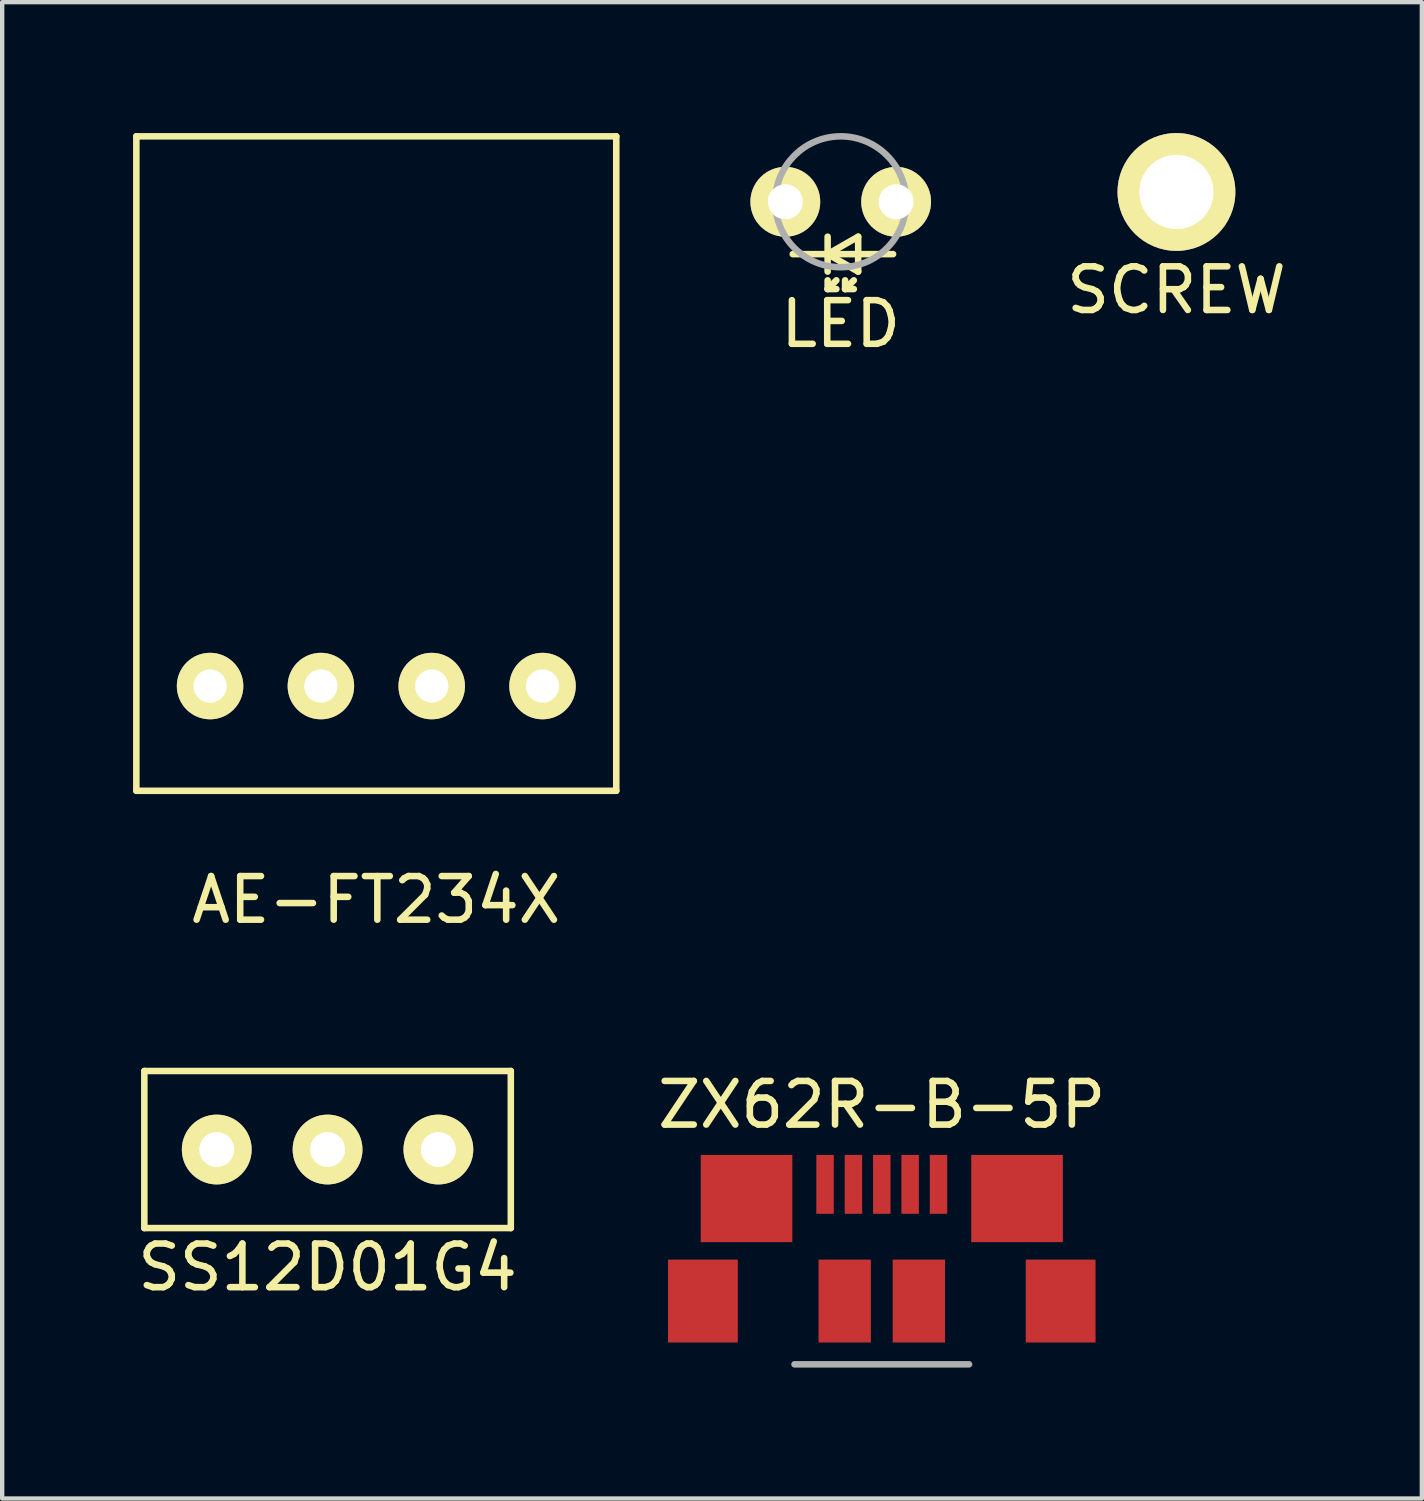
<source format=kicad_pcb>
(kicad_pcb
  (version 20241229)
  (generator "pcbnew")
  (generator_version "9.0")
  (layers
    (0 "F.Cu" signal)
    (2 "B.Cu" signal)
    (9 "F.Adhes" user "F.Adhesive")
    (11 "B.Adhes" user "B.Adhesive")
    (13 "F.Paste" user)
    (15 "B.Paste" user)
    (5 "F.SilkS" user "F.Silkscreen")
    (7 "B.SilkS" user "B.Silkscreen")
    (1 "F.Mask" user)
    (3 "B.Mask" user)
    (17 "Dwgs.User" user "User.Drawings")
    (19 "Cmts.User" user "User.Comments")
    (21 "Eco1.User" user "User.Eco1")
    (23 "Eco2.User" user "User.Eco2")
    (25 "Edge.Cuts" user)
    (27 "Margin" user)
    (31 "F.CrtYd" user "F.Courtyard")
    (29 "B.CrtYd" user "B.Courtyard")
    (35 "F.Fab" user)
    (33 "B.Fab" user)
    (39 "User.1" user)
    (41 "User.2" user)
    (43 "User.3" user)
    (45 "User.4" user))
  (footprint "AE-FT234X"
    (layer "F.Cu")
    (at 5.575 7.575)
    (property "Reference" "AE-FT234X" (at 0 10 0) (layer "F.SilkS") (effects (font (size 1 1) (thickness 0.15))))
    (attr through_hole)
    (fp_line (start -5.5 -7.5) (end -5.5 7.5) (stroke (width 0.15) (type solid)) (layer "F.SilkS"))
    (fp_line (start -5.5 7.5) (end 5.5 7.5) (stroke (width 0.15) (type solid)) (layer "F.SilkS"))
    (fp_line (start 5.5 -7.5) (end -5.5 -7.5) (stroke (width 0.15) (type solid)) (layer "F.SilkS"))
    (fp_line (start 5.5 -7.5) (end 5.5 7.5) (stroke (width 0.15) (type solid)) (layer "F.SilkS"))
    (pad "1" thru_hole circle (at -3.81 5.1) (size 1.524 1.524) (drill 0.762) (layers "*.Cu" "*.Mask" "F.SilkS"))
    (pad "2" thru_hole circle (at -1.27 5.1) (size 1.524 1.524) (drill 0.762) (layers "*.Cu" "*.Mask" "F.SilkS"))
    (pad "3" thru_hole circle (at 1.27 5.1) (size 1.524 1.524) (drill 0.762) (layers "*.Cu" "*.Mask" "F.SilkS"))
    (pad "4" thru_hole circle (at 3.81 5.1) (size 1.524 1.524) (drill 0.762) (layers "*.Cu" "*.Mask" "F.SilkS")))
  (footprint "SS12D01G4"
    (layer "F.Cu")
    (at 4.458 23.298)
    (property "Reference" "SS12D01G4" (at 0 2.7 0) (layer "F.SilkS") (effects (font (size 1 1) (thickness 0.15))))
    (attr through_hole)
    (fp_line (start -4.2 -1.8) (end -4.2 1.8) (stroke (width 0.15) (type solid)) (layer "F.SilkS"))
    (fp_line (start -4.2 1.8) (end 4.2 1.8) (stroke (width 0.15) (type solid)) (layer "F.SilkS"))
    (fp_line (start 4.2 -1.8) (end -4.2 -1.8) (stroke (width 0.15) (type solid)) (layer "F.SilkS"))
    (fp_line (start 4.2 -1.8) (end 4.2 1.8) (stroke (width 0.15) (type solid)) (layer "F.SilkS"))
    (pad "1" thru_hole circle (at -2.54 0) (size 1.6 1.6) (drill 0.8) (layers "*.Cu" "*.Mask" "F.SilkS"))
    (pad "2" thru_hole circle (at 0 0) (size 1.6 1.6) (drill 0.8) (layers "*.Cu" "*.Mask" "F.SilkS"))
    (pad "3" thru_hole circle (at 2.54 0) (size 1.6 1.6) (drill 0.8) (layers "*.Cu" "*.Mask" "F.SilkS")))
  (footprint "SCREW"
    (layer "F.Cu")
    (at 23.915 1.35)
    (property "Reference" "SCREW" (at 0 2.25 0) (layer "F.SilkS") (effects (font (size 1 1) (thickness 0.15))))
    (attr through_hole)
    (pad "1" thru_hole circle (at 0 0) (size 2.7 2.7) (drill 1.7) (layers "*.Cu" "*.Mask" "F.SilkS")))
  (footprint "ZX62R-B-5P"
    (layer "F.Cu")
    (at 17.161 26.771)
    (property "Reference" "ZX62R-B-5P" (at 0 -4.5 0) (layer "F.SilkS") (effects (font (size 1 1) (thickness 0.15))))
    (attr through_hole)
    (fp_line (start -2 1.45) (end 2 1.45) (stroke (width 0.15) (type solid)) (layer "F.Fab"))
    (pad "" smd rect (at -0.85 0) (size 1.2 1.9) (layers "F.Cu" "F.Mask" "F.Paste"))
    (pad "" smd rect (at 0.85 0) (size 1.2 1.9) (layers "F.Cu" "F.Mask" "F.Paste"))
    (pad "1" smd rect (at 1.3 -2.675) (size 0.4 1.35) (layers "F.Cu" "F.Mask" "F.Paste"))
    (pad "2" smd rect (at 0.65 -2.675) (size 0.4 1.35) (layers "F.Cu" "F.Mask" "F.Paste"))
    (pad "3" smd rect (at 0 -2.675) (size 0.4 1.35) (layers "F.Cu" "F.Mask" "F.Paste"))
    (pad "4" smd rect (at -0.65 -2.675) (size 0.4 1.35) (layers "F.Cu" "F.Mask" "F.Paste"))
    (pad "5" smd rect (at -1.3 -2.675) (size 0.4 1.35) (layers "F.Cu" "F.Mask" "F.Paste"))
    (pad "6" smd rect (at -4.1 0) (size 1.6 1.9) (layers "F.Cu" "F.Mask" "F.Paste"))
    (pad "6" smd rect (at -3.1 -2.35) (size 2.1 2) (layers "F.Cu" "F.Mask" "F.Paste"))
    (pad "6" smd rect (at 3.1 -2.35) (size 2.1 2) (layers "F.Cu" "F.Mask" "F.Paste"))
    (pad "6" smd rect (at 4.1 0) (size 1.6 1.9) (layers "F.Cu" "F.Mask" "F.Paste")))
  (footprint "LED"
    (layer "F.Cu")
    (at 16.22 1.575)
    (property "Reference" "LED" (at 0 2.8 0) (layer "F.SilkS") (effects (font (size 1 1) (thickness 0.15))))
    (attr through_hole)
    (fp_line (start -1.1 1.2) (end 1.2 1.2) (stroke (width 0.15) (type solid)) (layer "F.SilkS"))
    (fp_line (start -0.3 0.8) (end -0.3 1.6) (stroke (width 0.15) (type solid)) (layer "F.SilkS"))
    (fp_line (start -0.3 1.2) (end 0.4 0.8) (stroke (width 0.15) (type solid)) (layer "F.SilkS"))
    (fp_line (start -0.3 1.8) (end -0.3 2) (stroke (width 0.15) (type solid)) (layer "F.SilkS"))
    (fp_line (start -0.3 2) (end -0.1 1.8) (stroke (width 0.15) (type solid)) (layer "F.SilkS"))
    (fp_line (start -0.1 2) (end -0.3 2) (stroke (width 0.15) (type solid)) (layer "F.SilkS"))
    (fp_line (start 0.1 1.8) (end 0.1 2) (stroke (width 0.15) (type solid)) (layer "F.SilkS"))
    (fp_line (start 0.1 2) (end 0.3 1.8) (stroke (width 0.15) (type solid)) (layer "F.SilkS"))
    (fp_line (start 0.3 2) (end 0.1 2) (stroke (width 0.15) (type solid)) (layer "F.SilkS"))
    (fp_line (start 0.4 0.8) (end 0.4 1.6) (stroke (width 0.15) (type solid)) (layer "F.SilkS"))
    (fp_line (start 0.4 1.6) (end -0.3 1.2) (stroke (width 0.15) (type solid)) (layer "F.SilkS"))
    (fp_circle (center 0 0) (end 1.5 0) (stroke (width 0.15) (type solid)) (fill no) (layer "F.Fab"))
    (pad "1" thru_hole circle (at -1.27 0) (size 1.6 1.6) (drill 0.8) (layers "*.Cu" "*.Mask" "F.SilkS"))
    (pad "2" thru_hole circle (at 1.27 0) (size 1.6 1.6) (drill 0.8) (layers "*.Cu" "*.Mask" "F.SilkS")))
  (gr_rect
    (start -3 -3)
    (end 29.54 31.297)
    (stroke (width 0.1) (type default))
    (fill no)
    (layer "Edge.Cuts")))
</source>
